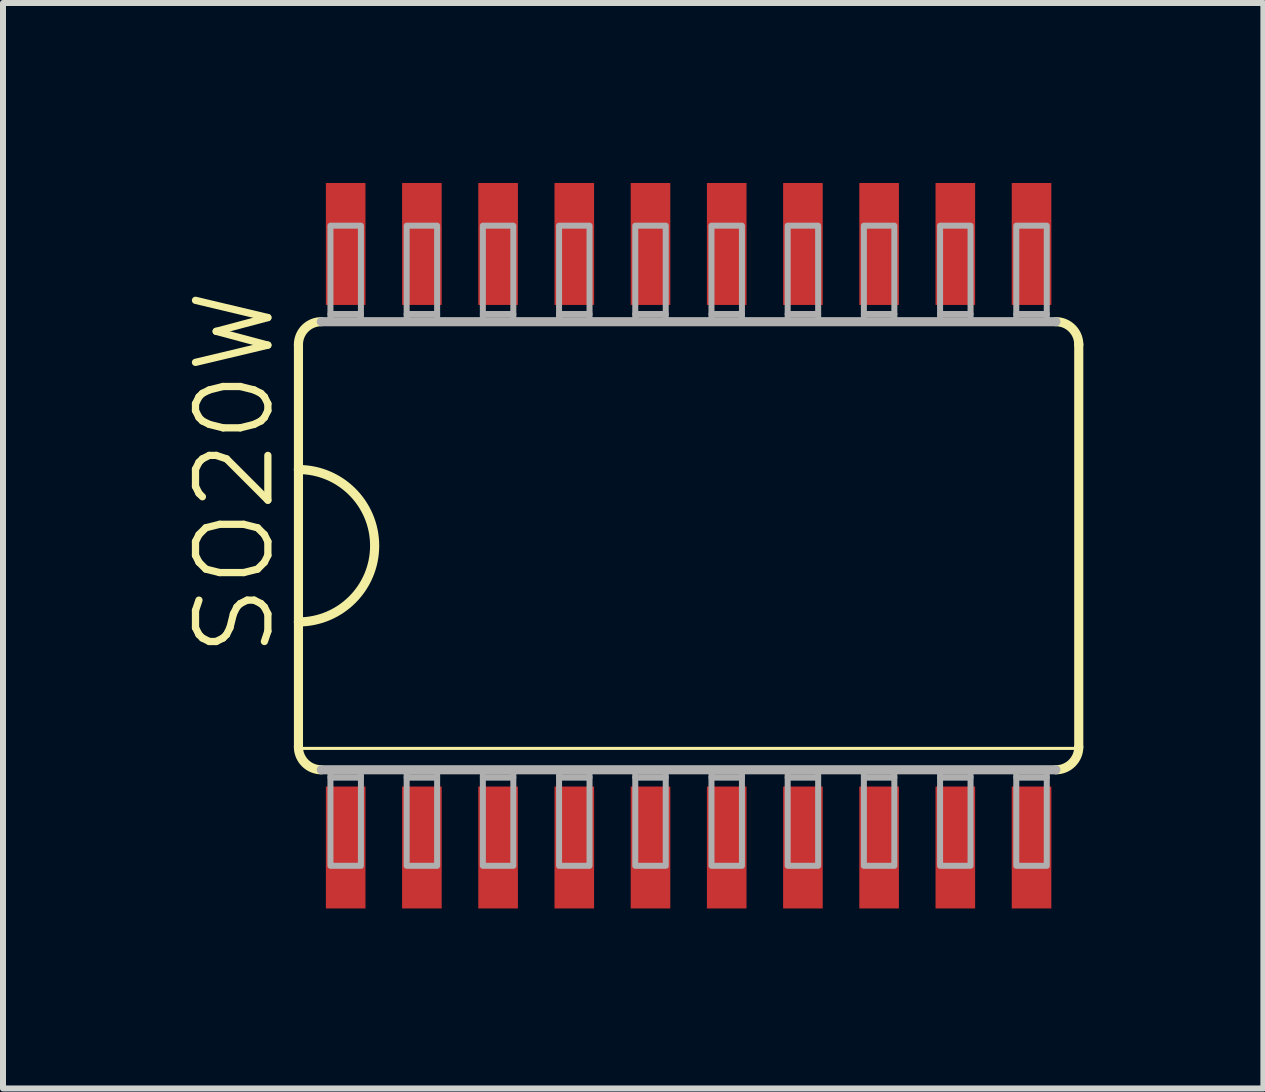
<source format=kicad_pcb>
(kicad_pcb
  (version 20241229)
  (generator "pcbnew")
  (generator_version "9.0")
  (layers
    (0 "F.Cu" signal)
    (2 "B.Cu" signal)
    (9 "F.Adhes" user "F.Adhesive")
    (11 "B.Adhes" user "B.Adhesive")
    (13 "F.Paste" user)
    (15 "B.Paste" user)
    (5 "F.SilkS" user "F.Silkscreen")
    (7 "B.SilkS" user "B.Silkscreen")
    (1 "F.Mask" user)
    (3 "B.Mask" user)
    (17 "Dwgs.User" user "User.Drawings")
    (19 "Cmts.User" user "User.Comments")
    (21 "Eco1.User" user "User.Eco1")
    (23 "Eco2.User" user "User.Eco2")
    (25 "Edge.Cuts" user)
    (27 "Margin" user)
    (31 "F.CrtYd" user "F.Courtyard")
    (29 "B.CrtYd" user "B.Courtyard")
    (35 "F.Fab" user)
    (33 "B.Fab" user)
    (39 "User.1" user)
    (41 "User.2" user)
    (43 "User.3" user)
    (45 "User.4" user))
  (footprint "SO20W"
    (layer "F.Cu")
    (at 8.426 6.045)
    (property "Reference" "SO20W" (at -6.858 1.905 270) (layer "F.SilkS") (effects (font (size 1.206 1.206) (thickness 0.121)) (justify left bottom)))
    (attr through_hole)
    (fp_line (start -6.502 -3.353) (end -6.502 -1.27) (stroke (width 0.152) (type solid)) (layer "F.SilkS"))
    (fp_line (start -6.502 -1.27) (end -6.502 1.27) (stroke (width 0.152) (type solid)) (layer "F.SilkS"))
    (fp_line (start -6.502 1.27) (end -6.502 3.353) (stroke (width 0.152) (type solid)) (layer "F.SilkS"))
    (fp_line (start -6.477 3.378) (end 6.477 3.378) (stroke (width 0.051) (type solid)) (layer "F.SilkS"))
    (fp_line (start 6.502 3.353) (end 6.502 -3.353) (stroke (width 0.152) (type solid)) (layer "F.SilkS"))
    (fp_arc (start -6.5024 -3.3528) (mid -6.390808 -3.622208) (end -6.1214 -3.7338) (stroke (width 0.1524) (type solid)) (layer "F.SilkS"))
    (fp_arc (start -6.5024 -1.27) (mid -5.2324 0) (end -6.5024 1.27) (stroke (width 0.1524) (type solid)) (layer "F.SilkS"))
    (fp_arc (start -6.1214 3.7338) (mid -6.390808 3.622208) (end -6.5024 3.3528) (stroke (width 0.1524) (type solid)) (layer "F.SilkS"))
    (fp_arc (start 6.1214 -3.7338) (mid 6.390808 -3.622208) (end 6.5024 -3.3528) (stroke (width 0.1524) (type solid)) (layer "F.SilkS"))
    (fp_arc (start 6.5024 3.3528) (mid 6.390808 3.622208) (end 6.1214 3.7338) (stroke (width 0.1524) (type solid)) (layer "F.SilkS"))
    (fp_line (start -6.121 3.734) (end 6.121 3.734) (stroke (width 0.152) (type solid)) (layer "F.Fab"))
    (fp_line (start 6.121 -3.734) (end -6.121 -3.734) (stroke (width 0.152) (type solid)) (layer "F.Fab"))
    (fp_poly (pts (xy -5.969 -3.861) (xy -5.461 -3.861) (xy -5.461 -5.334) (xy -5.969 -5.334)) (stroke (width 0.1) (type solid)) (fill no) (layer "F.Fab"))
    (fp_poly (pts (xy -5.969 -3.734) (xy -5.461 -3.734) (xy -5.461 -3.861) (xy -5.969 -3.861)) (stroke (width 0.1) (type solid)) (fill no) (layer "F.Fab"))
    (fp_poly (pts (xy -5.969 3.861) (xy -5.461 3.861) (xy -5.461 3.734) (xy -5.969 3.734)) (stroke (width 0.1) (type solid)) (fill no) (layer "F.Fab"))
    (fp_poly (pts (xy -5.969 5.334) (xy -5.461 5.334) (xy -5.461 3.861) (xy -5.969 3.861)) (stroke (width 0.1) (type solid)) (fill no) (layer "F.Fab"))
    (fp_poly (pts (xy -4.699 -3.861) (xy -4.191 -3.861) (xy -4.191 -5.334) (xy -4.699 -5.334)) (stroke (width 0.1) (type solid)) (fill no) (layer "F.Fab"))
    (fp_poly (pts (xy -4.699 -3.734) (xy -4.191 -3.734) (xy -4.191 -3.861) (xy -4.699 -3.861)) (stroke (width 0.1) (type solid)) (fill no) (layer "F.Fab"))
    (fp_poly (pts (xy -4.699 3.861) (xy -4.191 3.861) (xy -4.191 3.734) (xy -4.699 3.734)) (stroke (width 0.1) (type solid)) (fill no) (layer "F.Fab"))
    (fp_poly (pts (xy -4.699 5.334) (xy -4.191 5.334) (xy -4.191 3.861) (xy -4.699 3.861)) (stroke (width 0.1) (type solid)) (fill no) (layer "F.Fab"))
    (fp_poly (pts (xy -3.429 -3.861) (xy -2.921 -3.861) (xy -2.921 -5.334) (xy -3.429 -5.334)) (stroke (width 0.1) (type solid)) (fill no) (layer "F.Fab"))
    (fp_poly (pts (xy -3.429 -3.734) (xy -2.921 -3.734) (xy -2.921 -3.861) (xy -3.429 -3.861)) (stroke (width 0.1) (type solid)) (fill no) (layer "F.Fab"))
    (fp_poly (pts (xy -3.429 3.861) (xy -2.921 3.861) (xy -2.921 3.734) (xy -3.429 3.734)) (stroke (width 0.1) (type solid)) (fill no) (layer "F.Fab"))
    (fp_poly (pts (xy -3.429 5.334) (xy -2.921 5.334) (xy -2.921 3.861) (xy -3.429 3.861)) (stroke (width 0.1) (type solid)) (fill no) (layer "F.Fab"))
    (fp_poly (pts (xy -2.159 -3.861) (xy -1.651 -3.861) (xy -1.651 -5.334) (xy -2.159 -5.334)) (stroke (width 0.1) (type solid)) (fill no) (layer "F.Fab"))
    (fp_poly (pts (xy -2.159 -3.734) (xy -1.651 -3.734) (xy -1.651 -3.861) (xy -2.159 -3.861)) (stroke (width 0.1) (type solid)) (fill no) (layer "F.Fab"))
    (fp_poly (pts (xy -2.159 3.861) (xy -1.651 3.861) (xy -1.651 3.734) (xy -2.159 3.734)) (stroke (width 0.1) (type solid)) (fill no) (layer "F.Fab"))
    (fp_poly (pts (xy -2.159 5.334) (xy -1.651 5.334) (xy -1.651 3.861) (xy -2.159 3.861)) (stroke (width 0.1) (type solid)) (fill no) (layer "F.Fab"))
    (fp_poly (pts (xy -0.889 -3.861) (xy -0.381 -3.861) (xy -0.381 -5.334) (xy -0.889 -5.334)) (stroke (width 0.1) (type solid)) (fill no) (layer "F.Fab"))
    (fp_poly (pts (xy -0.889 -3.734) (xy -0.381 -3.734) (xy -0.381 -3.861) (xy -0.889 -3.861)) (stroke (width 0.1) (type solid)) (fill no) (layer "F.Fab"))
    (fp_poly (pts (xy -0.889 3.861) (xy -0.381 3.861) (xy -0.381 3.734) (xy -0.889 3.734)) (stroke (width 0.1) (type solid)) (fill no) (layer "F.Fab"))
    (fp_poly (pts (xy -0.889 5.334) (xy -0.381 5.334) (xy -0.381 3.861) (xy -0.889 3.861)) (stroke (width 0.1) (type solid)) (fill no) (layer "F.Fab"))
    (fp_poly (pts (xy 0.381 -3.861) (xy 0.889 -3.861) (xy 0.889 -5.334) (xy 0.381 -5.334)) (stroke (width 0.1) (type solid)) (fill no) (layer "F.Fab"))
    (fp_poly (pts (xy 0.381 -3.734) (xy 0.889 -3.734) (xy 0.889 -3.861) (xy 0.381 -3.861)) (stroke (width 0.1) (type solid)) (fill no) (layer "F.Fab"))
    (fp_poly (pts (xy 0.381 3.861) (xy 0.889 3.861) (xy 0.889 3.734) (xy 0.381 3.734)) (stroke (width 0.1) (type solid)) (fill no) (layer "F.Fab"))
    (fp_poly (pts (xy 0.381 5.334) (xy 0.889 5.334) (xy 0.889 3.861) (xy 0.381 3.861)) (stroke (width 0.1) (type solid)) (fill no) (layer "F.Fab"))
    (fp_poly (pts (xy 1.651 -3.861) (xy 2.159 -3.861) (xy 2.159 -5.334) (xy 1.651 -5.334)) (stroke (width 0.1) (type solid)) (fill no) (layer "F.Fab"))
    (fp_poly (pts (xy 1.651 -3.734) (xy 2.159 -3.734) (xy 2.159 -3.861) (xy 1.651 -3.861)) (stroke (width 0.1) (type solid)) (fill no) (layer "F.Fab"))
    (fp_poly (pts (xy 1.651 3.861) (xy 2.159 3.861) (xy 2.159 3.734) (xy 1.651 3.734)) (stroke (width 0.1) (type solid)) (fill no) (layer "F.Fab"))
    (fp_poly (pts (xy 1.651 5.334) (xy 2.159 5.334) (xy 2.159 3.861) (xy 1.651 3.861)) (stroke (width 0.1) (type solid)) (fill no) (layer "F.Fab"))
    (fp_poly (pts (xy 2.921 -3.861) (xy 3.429 -3.861) (xy 3.429 -5.334) (xy 2.921 -5.334)) (stroke (width 0.1) (type solid)) (fill no) (layer "F.Fab"))
    (fp_poly (pts (xy 2.921 -3.734) (xy 3.429 -3.734) (xy 3.429 -3.861) (xy 2.921 -3.861)) (stroke (width 0.1) (type solid)) (fill no) (layer "F.Fab"))
    (fp_poly (pts (xy 2.921 3.861) (xy 3.429 3.861) (xy 3.429 3.734) (xy 2.921 3.734)) (stroke (width 0.1) (type solid)) (fill no) (layer "F.Fab"))
    (fp_poly (pts (xy 2.921 5.334) (xy 3.429 5.334) (xy 3.429 3.861) (xy 2.921 3.861)) (stroke (width 0.1) (type solid)) (fill no) (layer "F.Fab"))
    (fp_poly (pts (xy 4.191 -3.861) (xy 4.699 -3.861) (xy 4.699 -5.334) (xy 4.191 -5.334)) (stroke (width 0.1) (type solid)) (fill no) (layer "F.Fab"))
    (fp_poly (pts (xy 4.191 -3.734) (xy 4.699 -3.734) (xy 4.699 -3.861) (xy 4.191 -3.861)) (stroke (width 0.1) (type solid)) (fill no) (layer "F.Fab"))
    (fp_poly (pts (xy 4.191 3.861) (xy 4.699 3.861) (xy 4.699 3.734) (xy 4.191 3.734)) (stroke (width 0.1) (type solid)) (fill no) (layer "F.Fab"))
    (fp_poly (pts (xy 4.191 5.334) (xy 4.699 5.334) (xy 4.699 3.861) (xy 4.191 3.861)) (stroke (width 0.1) (type solid)) (fill no) (layer "F.Fab"))
    (fp_poly (pts (xy 5.461 -3.861) (xy 5.969 -3.861) (xy 5.969 -5.334) (xy 5.461 -5.334)) (stroke (width 0.1) (type solid)) (fill no) (layer "F.Fab"))
    (fp_poly (pts (xy 5.461 -3.734) (xy 5.969 -3.734) (xy 5.969 -3.861) (xy 5.461 -3.861)) (stroke (width 0.1) (type solid)) (fill no) (layer "F.Fab"))
    (fp_poly (pts (xy 5.461 3.861) (xy 5.969 3.861) (xy 5.969 3.734) (xy 5.461 3.734)) (stroke (width 0.1) (type solid)) (fill no) (layer "F.Fab"))
    (fp_poly (pts (xy 5.461 5.334) (xy 5.969 5.334) (xy 5.969 3.861) (xy 5.461 3.861)) (stroke (width 0.1) (type solid)) (fill no) (layer "F.Fab"))
    (pad "1" smd rect (at -5.715 5.029) (size 0.66 2.032) (layers "F.Cu" "F.Mask" "F.Paste"))
    (pad "2" smd rect (at -4.445 5.029) (size 0.66 2.032) (layers "F.Cu" "F.Mask" "F.Paste"))
    (pad "3" smd rect (at -3.175 5.029) (size 0.66 2.032) (layers "F.Cu" "F.Mask" "F.Paste"))
    (pad "4" smd rect (at -1.905 5.029) (size 0.66 2.032) (layers "F.Cu" "F.Mask" "F.Paste"))
    (pad "5" smd rect (at -0.635 5.029) (size 0.66 2.032) (layers "F.Cu" "F.Mask" "F.Paste"))
    (pad "6" smd rect (at 0.635 5.029) (size 0.66 2.032) (layers "F.Cu" "F.Mask" "F.Paste"))
    (pad "7" smd rect (at 1.905 5.029) (size 0.66 2.032) (layers "F.Cu" "F.Mask" "F.Paste"))
    (pad "8" smd rect (at 3.175 5.029) (size 0.66 2.032) (layers "F.Cu" "F.Mask" "F.Paste"))
    (pad "9" smd rect (at 4.445 5.029) (size 0.66 2.032) (layers "F.Cu" "F.Mask" "F.Paste"))
    (pad "10" smd rect (at 5.715 5.029) (size 0.66 2.032) (layers "F.Cu" "F.Mask" "F.Paste"))
    (pad "11" smd rect (at 5.715 -5.029) (size 0.66 2.032) (layers "F.Cu" "F.Mask" "F.Paste"))
    (pad "12" smd rect (at 4.445 -5.029) (size 0.66 2.032) (layers "F.Cu" "F.Mask" "F.Paste"))
    (pad "13" smd rect (at 3.175 -5.029) (size 0.66 2.032) (layers "F.Cu" "F.Mask" "F.Paste"))
    (pad "14" smd rect (at 1.905 -5.029) (size 0.66 2.032) (layers "F.Cu" "F.Mask" "F.Paste"))
    (pad "15" smd rect (at 0.635 -5.029) (size 0.66 2.032) (layers "F.Cu" "F.Mask" "F.Paste"))
    (pad "16" smd rect (at -0.635 -5.029) (size 0.66 2.032) (layers "F.Cu" "F.Mask" "F.Paste"))
    (pad "17" smd rect (at -1.905 -5.029) (size 0.66 2.032) (layers "F.Cu" "F.Mask" "F.Paste"))
    (pad "18" smd rect (at -3.175 -5.029) (size 0.66 2.032) (layers "F.Cu" "F.Mask" "F.Paste"))
    (pad "19" smd rect (at -4.445 -5.029) (size 0.66 2.032) (layers "F.Cu" "F.Mask" "F.Paste"))
    (pad "20" smd rect (at -5.715 -5.029) (size 0.66 2.032) (layers "F.Cu" "F.Mask" "F.Paste")))
  (gr_rect
    (start -3 -3)
    (end 18.005 15.09)
    (stroke (width 0.1) (type default))
    (fill no)
    (layer "Edge.Cuts")))
</source>
